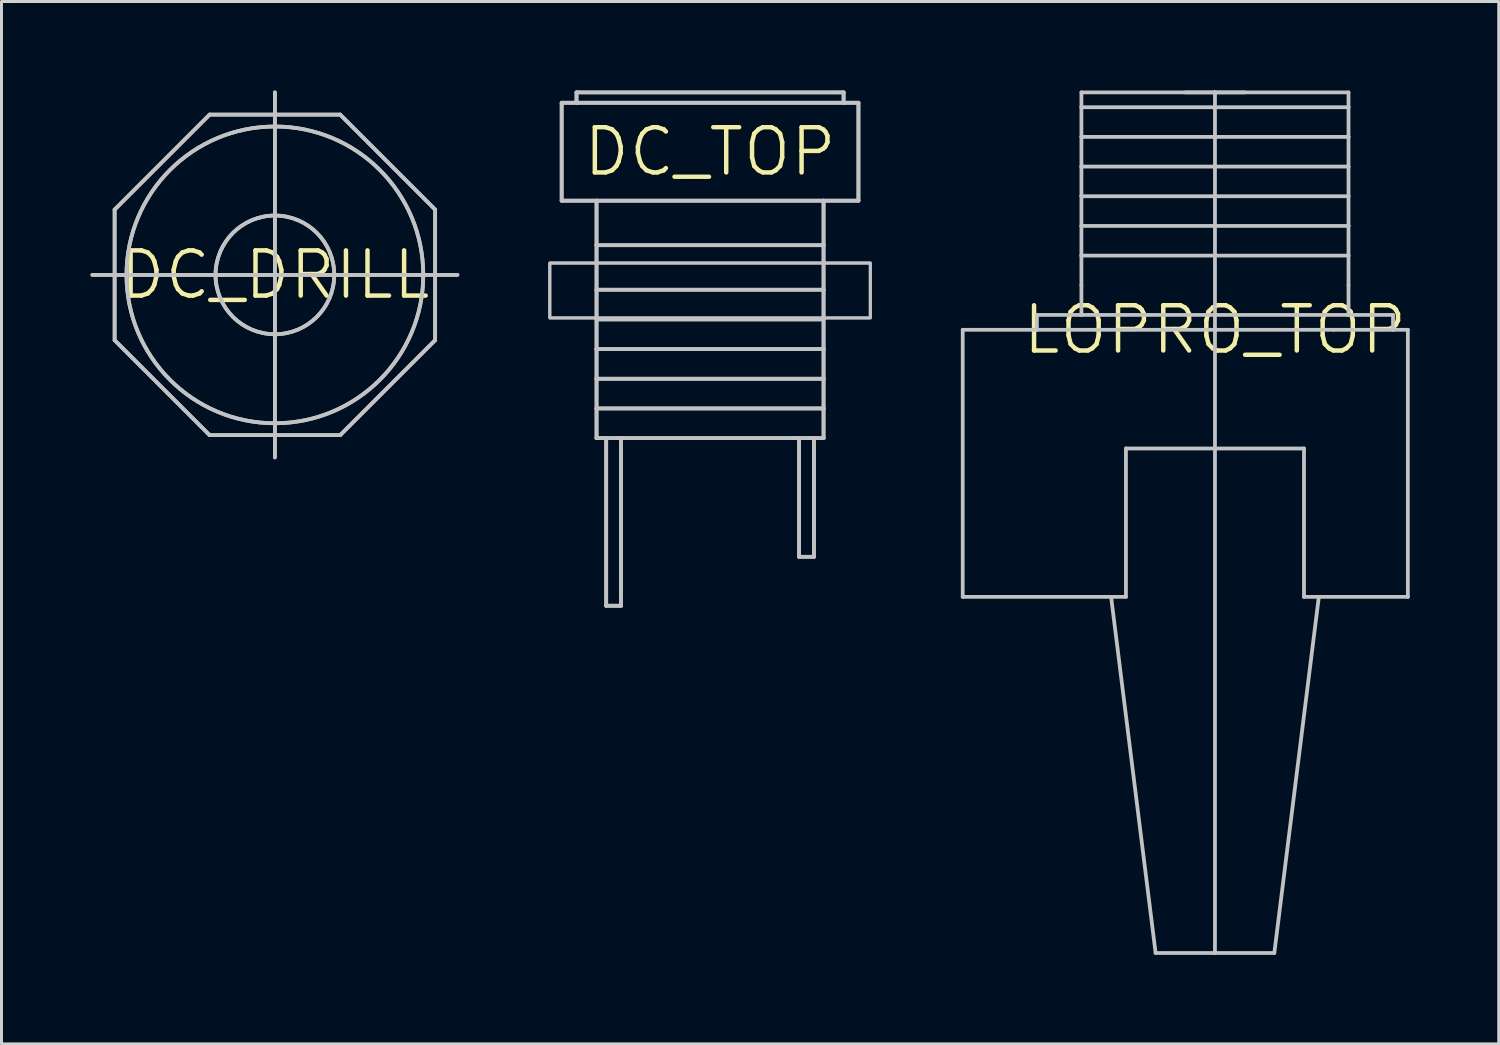
<source format=kicad_pcb>
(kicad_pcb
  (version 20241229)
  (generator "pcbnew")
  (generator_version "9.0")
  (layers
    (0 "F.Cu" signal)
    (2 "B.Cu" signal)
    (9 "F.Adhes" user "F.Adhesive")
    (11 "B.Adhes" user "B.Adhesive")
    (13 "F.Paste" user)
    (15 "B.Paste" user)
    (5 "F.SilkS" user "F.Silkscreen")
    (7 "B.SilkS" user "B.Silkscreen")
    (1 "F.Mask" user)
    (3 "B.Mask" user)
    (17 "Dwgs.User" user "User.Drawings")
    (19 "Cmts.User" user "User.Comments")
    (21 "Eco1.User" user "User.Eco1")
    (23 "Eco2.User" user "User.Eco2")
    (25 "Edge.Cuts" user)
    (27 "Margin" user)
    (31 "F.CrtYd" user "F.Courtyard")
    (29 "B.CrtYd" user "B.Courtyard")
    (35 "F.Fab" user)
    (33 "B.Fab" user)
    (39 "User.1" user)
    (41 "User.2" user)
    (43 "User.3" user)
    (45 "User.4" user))
  (footprint "LOPRO_TOP"
    (layer "F.Cu")
    (at 37.891 8.063)
    (property "Reference" "LOPRO_TOP" (at 0 0 0) (layer "F.SilkS") (effects (font (size 1.524 1.524) (thickness 0.15))))
    (attr through_hole)
    (fp_line (start -8.5 0) (end -8.5 9) (stroke (width 0.127) (type solid)) (layer "Dwgs.User"))
    (fp_line (start -6 -0.5) (end -4.5 -0.5) (stroke (width 0.127) (type solid)) (layer "Dwgs.User"))
    (fp_line (start -6 0) (end -8.5 0) (stroke (width 0.127) (type solid)) (layer "Dwgs.User"))
    (fp_line (start -6 0) (end -6 -0.5) (stroke (width 0.127) (type solid)) (layer "Dwgs.User"))
    (fp_line (start -4.5 -8) (end -4.5 -7.5) (stroke (width 0.127) (type solid)) (layer "Dwgs.User"))
    (fp_line (start -4.5 -7.5) (end -4.5 -6.5) (stroke (width 0.127) (type solid)) (layer "Dwgs.User"))
    (fp_line (start -4.5 -7.5) (end 4.5 -7.5) (stroke (width 0.127) (type solid)) (layer "Dwgs.User"))
    (fp_line (start -4.5 -6.5) (end -4.5 -5.5) (stroke (width 0.127) (type solid)) (layer "Dwgs.User"))
    (fp_line (start -4.5 -6.5) (end 4.5 -6.5) (stroke (width 0.127) (type solid)) (layer "Dwgs.User"))
    (fp_line (start -4.5 -5.5) (end -4.5 -4.5) (stroke (width 0.127) (type solid)) (layer "Dwgs.User"))
    (fp_line (start -4.5 -5.5) (end 4.5 -5.5) (stroke (width 0.127) (type solid)) (layer "Dwgs.User"))
    (fp_line (start -4.5 -4.5) (end -4.5 -3.5) (stroke (width 0.127) (type solid)) (layer "Dwgs.User"))
    (fp_line (start -4.5 -4.5) (end 4.5 -4.5) (stroke (width 0.127) (type solid)) (layer "Dwgs.User"))
    (fp_line (start -4.5 -3.5) (end -4.5 -2.5) (stroke (width 0.127) (type solid)) (layer "Dwgs.User"))
    (fp_line (start -4.5 -3.5) (end 4.5 -3.5) (stroke (width 0.127) (type solid)) (layer "Dwgs.User"))
    (fp_line (start -4.5 -2.5) (end -4.5 -1.5) (stroke (width 0.127) (type solid)) (layer "Dwgs.User"))
    (fp_line (start -4.5 -2.5) (end 4.5 -2.5) (stroke (width 0.127) (type solid)) (layer "Dwgs.User"))
    (fp_line (start -4.5 -1.5) (end -4.5 -0.5) (stroke (width 0.127) (type solid)) (layer "Dwgs.User"))
    (fp_line (start -4.5 -0.5) (end 4.5 -0.5) (stroke (width 0.127) (type solid)) (layer "Dwgs.User"))
    (fp_line (start -4 0) (end -6 0) (stroke (width 0.127) (type solid)) (layer "Dwgs.User"))
    (fp_line (start -3.5 9) (end -8.5 9) (stroke (width 0.127) (type solid)) (layer "Dwgs.User"))
    (fp_line (start -3 4) (end -3 9) (stroke (width 0.127) (type solid)) (layer "Dwgs.User"))
    (fp_line (start -3 9) (end -3.5 9) (stroke (width 0.127) (type solid)) (layer "Dwgs.User"))
    (fp_line (start -2 21) (end -3.5 9) (stroke (width 0.127) (type solid)) (layer "Dwgs.User"))
    (fp_line (start -2 21) (end 0 21) (stroke (width 0.127) (type solid)) (layer "Dwgs.User"))
    (fp_line (start -1 -8) (end 0 -8) (stroke (width 0.127) (type solid)) (layer "Dwgs.User"))
    (fp_line (start 0 -8) (end -4.5 -8) (stroke (width 0.127) (type solid)) (layer "Dwgs.User"))
    (fp_line (start 0 -8) (end 0 21) (stroke (width 0.127) (type solid)) (layer "Dwgs.User"))
    (fp_line (start 0 -8) (end 1 -8) (stroke (width 0.127) (type solid)) (layer "Dwgs.User"))
    (fp_line (start 0 21) (end 2 21) (stroke (width 0.127) (type solid)) (layer "Dwgs.User"))
    (fp_line (start 2 21) (end 3.5 9) (stroke (width 0.127) (type solid)) (layer "Dwgs.User"))
    (fp_line (start 3 4) (end -3 4) (stroke (width 0.127) (type solid)) (layer "Dwgs.User"))
    (fp_line (start 3 9) (end 3 4) (stroke (width 0.127) (type solid)) (layer "Dwgs.User"))
    (fp_line (start 3.5 9) (end 3 9) (stroke (width 0.127) (type solid)) (layer "Dwgs.User"))
    (fp_line (start 4 0) (end -4 0) (stroke (width 0.127) (type solid)) (layer "Dwgs.User"))
    (fp_line (start 4.5 -8) (end 0 -8) (stroke (width 0.127) (type solid)) (layer "Dwgs.User"))
    (fp_line (start 4.5 -7.5) (end 4.5 -8) (stroke (width 0.127) (type solid)) (layer "Dwgs.User"))
    (fp_line (start 4.5 -6.5) (end 4.5 -7.5) (stroke (width 0.127) (type solid)) (layer "Dwgs.User"))
    (fp_line (start 4.5 -5.5) (end 4.5 -6.5) (stroke (width 0.127) (type solid)) (layer "Dwgs.User"))
    (fp_line (start 4.5 -4.5) (end 4.5 -5.5) (stroke (width 0.127) (type solid)) (layer "Dwgs.User"))
    (fp_line (start 4.5 -3.5) (end 4.5 -4.5) (stroke (width 0.127) (type solid)) (layer "Dwgs.User"))
    (fp_line (start 4.5 -2.5) (end 4.5 -3.5) (stroke (width 0.127) (type solid)) (layer "Dwgs.User"))
    (fp_line (start 4.5 -1.5) (end 4.5 -2.5) (stroke (width 0.127) (type solid)) (layer "Dwgs.User"))
    (fp_line (start 4.5 -0.5) (end 4.5 -1.5) (stroke (width 0.127) (type solid)) (layer "Dwgs.User"))
    (fp_line (start 4.5 -0.5) (end 6 -0.5) (stroke (width 0.127) (type solid)) (layer "Dwgs.User"))
    (fp_line (start 6 -0.5) (end 6 0) (stroke (width 0.127) (type solid)) (layer "Dwgs.User"))
    (fp_line (start 6 0) (end 4 0) (stroke (width 0.127) (type solid)) (layer "Dwgs.User"))
    (fp_line (start 6.5 0) (end 6 0) (stroke (width 0.127) (type solid)) (layer "Dwgs.User"))
    (fp_line (start 6.5 0) (end 6.5 9) (stroke (width 0.127) (type solid)) (layer "Dwgs.User"))
    (fp_line (start 6.5 9) (end 3.5 9) (stroke (width 0.127) (type solid)) (layer "Dwgs.User")))
  (footprint "DC_TOP"
    (layer "F.Cu")
    (at 20.877 2.063)
    (property "Reference" "DC_TOP" (at 0 0 0) (layer "F.SilkS") (effects (font (size 1.524 1.524) (thickness 0.15))))
    (attr through_hole)
    (fp_line (start -5 -1.65) (end -4.5 -1.65) (stroke (width 0.127) (type solid)) (layer "Dwgs.User"))
    (fp_line (start -5 -1.65) (end -4.5 -1.65) (stroke (width 0.127) (type solid)) (layer "Dwgs.User"))
    (fp_line (start -5 1.65) (end -5 -1.65) (stroke (width 0.127) (type solid)) (layer "Dwgs.User"))
    (fp_line (start -5 1.65) (end -5 -1.65) (stroke (width 0.127) (type solid)) (layer "Dwgs.User"))
    (fp_line (start -5 1.65) (end -3.825 1.65) (stroke (width 0.127) (type solid)) (layer "Dwgs.User"))
    (fp_line (start -5 1.65) (end -3.825 1.65) (stroke (width 0.127) (type solid)) (layer "Dwgs.User"))
    (fp_line (start -4.5 -2) (end -4.5 -1.65) (stroke (width 0.127) (type solid)) (layer "Dwgs.User"))
    (fp_line (start -4.5 -2) (end -4.5 -1.65) (stroke (width 0.127) (type solid)) (layer "Dwgs.User"))
    (fp_line (start -4.5 -1.65) (end 4.5 -1.65) (stroke (width 0.127) (type solid)) (layer "Dwgs.User"))
    (fp_line (start -4.5 -1.65) (end 4.5 -1.65) (stroke (width 0.127) (type solid)) (layer "Dwgs.User"))
    (fp_line (start -3.825 1.65) (end 3.825 1.65) (stroke (width 0.127) (type solid)) (layer "Dwgs.User"))
    (fp_line (start -3.825 1.65) (end 3.825 1.65) (stroke (width 0.127) (type solid)) (layer "Dwgs.User"))
    (fp_line (start -3.825 3.15) (end -3.825 1.65) (stroke (width 0.127) (type solid)) (layer "Dwgs.User"))
    (fp_line (start -3.825 3.15) (end -3.825 1.65) (stroke (width 0.127) (type solid)) (layer "Dwgs.User"))
    (fp_line (start -3.825 3.15) (end 3.825 3.15) (stroke (width 0.127) (type solid)) (layer "Dwgs.User"))
    (fp_line (start -3.825 3.15) (end 3.825 3.15) (stroke (width 0.127) (type solid)) (layer "Dwgs.User"))
    (fp_line (start -3.825 4.65) (end -3.825 3.15) (stroke (width 0.127) (type solid)) (layer "Dwgs.User"))
    (fp_line (start -3.825 4.65) (end -3.825 3.15) (stroke (width 0.127) (type solid)) (layer "Dwgs.User"))
    (fp_line (start -3.825 4.65) (end 3.825 4.65) (stroke (width 0.127) (type solid)) (layer "Dwgs.User"))
    (fp_line (start -3.825 4.65) (end 3.825 4.65) (stroke (width 0.127) (type solid)) (layer "Dwgs.User"))
    (fp_line (start -3.825 5.65) (end -3.825 4.65) (stroke (width 0.127) (type solid)) (layer "Dwgs.User"))
    (fp_line (start -3.825 5.65) (end -3.825 4.65) (stroke (width 0.127) (type solid)) (layer "Dwgs.User"))
    (fp_line (start -3.825 5.65) (end 3.825 5.65) (stroke (width 0.127) (type solid)) (layer "Dwgs.User"))
    (fp_line (start -3.825 5.65) (end 3.825 5.65) (stroke (width 0.127) (type solid)) (layer "Dwgs.User"))
    (fp_line (start -3.825 6.65) (end -3.825 5.65) (stroke (width 0.127) (type solid)) (layer "Dwgs.User"))
    (fp_line (start -3.825 6.65) (end -3.825 5.65) (stroke (width 0.127) (type solid)) (layer "Dwgs.User"))
    (fp_line (start -3.825 6.65) (end 3.825 6.65) (stroke (width 0.127) (type solid)) (layer "Dwgs.User"))
    (fp_line (start -3.825 6.65) (end 3.825 6.65) (stroke (width 0.127) (type solid)) (layer "Dwgs.User"))
    (fp_line (start -3.825 7.65) (end -3.825 6.65) (stroke (width 0.127) (type solid)) (layer "Dwgs.User"))
    (fp_line (start -3.825 7.65) (end -3.825 6.65) (stroke (width 0.127) (type solid)) (layer "Dwgs.User"))
    (fp_line (start -3.825 7.65) (end 3.825 7.65) (stroke (width 0.127) (type solid)) (layer "Dwgs.User"))
    (fp_line (start -3.825 7.65) (end 3.825 7.65) (stroke (width 0.127) (type solid)) (layer "Dwgs.User"))
    (fp_line (start -3.825 8.65) (end -3.825 7.65) (stroke (width 0.127) (type solid)) (layer "Dwgs.User"))
    (fp_line (start -3.825 8.65) (end -3.825 7.65) (stroke (width 0.127) (type solid)) (layer "Dwgs.User"))
    (fp_line (start -3.825 8.65) (end 3.825 8.65) (stroke (width 0.127) (type solid)) (layer "Dwgs.User"))
    (fp_line (start -3.825 8.65) (end 3.825 8.65) (stroke (width 0.127) (type solid)) (layer "Dwgs.User"))
    (fp_line (start -3.825 9.65) (end -3.825 8.65) (stroke (width 0.127) (type solid)) (layer "Dwgs.User"))
    (fp_line (start -3.825 9.65) (end -3.825 8.65) (stroke (width 0.127) (type solid)) (layer "Dwgs.User"))
    (fp_line (start -3.5 9.65) (end -3.825 9.65) (stroke (width 0.127) (type solid)) (layer "Dwgs.User"))
    (fp_line (start -3.5 9.65) (end -3.825 9.65) (stroke (width 0.127) (type solid)) (layer "Dwgs.User"))
    (fp_line (start -3.5 9.65) (end -3.5 15.3) (stroke (width 0.127) (type solid)) (layer "Dwgs.User"))
    (fp_line (start -3.5 9.65) (end -3.5 15.3) (stroke (width 0.127) (type solid)) (layer "Dwgs.User"))
    (fp_line (start -3 9.65) (end -3.5 9.65) (stroke (width 0.127) (type solid)) (layer "Dwgs.User"))
    (fp_line (start -3 9.65) (end -3.5 9.65) (stroke (width 0.127) (type solid)) (layer "Dwgs.User"))
    (fp_line (start -3 9.65) (end -3 15.3) (stroke (width 0.127) (type solid)) (layer "Dwgs.User"))
    (fp_line (start -3 9.65) (end -3 15.3) (stroke (width 0.127) (type solid)) (layer "Dwgs.User"))
    (fp_line (start -3 15.3) (end -3.5 15.3) (stroke (width 0.127) (type solid)) (layer "Dwgs.User"))
    (fp_line (start -3 15.3) (end -3.5 15.3) (stroke (width 0.127) (type solid)) (layer "Dwgs.User"))
    (fp_line (start 3 9.65) (end -3 9.65) (stroke (width 0.127) (type solid)) (layer "Dwgs.User"))
    (fp_line (start 3 9.65) (end -3 9.65) (stroke (width 0.127) (type solid)) (layer "Dwgs.User"))
    (fp_line (start 3 9.65) (end 3 13.65) (stroke (width 0.127) (type solid)) (layer "Dwgs.User"))
    (fp_line (start 3 9.65) (end 3 13.65) (stroke (width 0.127) (type solid)) (layer "Dwgs.User"))
    (fp_line (start 3.5 9.65) (end 3 9.65) (stroke (width 0.127) (type solid)) (layer "Dwgs.User"))
    (fp_line (start 3.5 9.65) (end 3 9.65) (stroke (width 0.127) (type solid)) (layer "Dwgs.User"))
    (fp_line (start 3.5 9.65) (end 3.5 13.65) (stroke (width 0.127) (type solid)) (layer "Dwgs.User"))
    (fp_line (start 3.5 9.65) (end 3.5 13.65) (stroke (width 0.127) (type solid)) (layer "Dwgs.User"))
    (fp_line (start 3.5 13.65) (end 3 13.65) (stroke (width 0.127) (type solid)) (layer "Dwgs.User"))
    (fp_line (start 3.5 13.65) (end 3 13.65) (stroke (width 0.127) (type solid)) (layer "Dwgs.User"))
    (fp_line (start 3.825 3.15) (end 3.825 1.65) (stroke (width 0.127) (type solid)) (layer "Dwgs.User"))
    (fp_line (start 3.825 3.15) (end 3.825 1.65) (stroke (width 0.127) (type solid)) (layer "Dwgs.User"))
    (fp_line (start 3.825 4.65) (end 3.825 3.15) (stroke (width 0.127) (type solid)) (layer "Dwgs.User"))
    (fp_line (start 3.825 4.65) (end 3.825 3.15) (stroke (width 0.127) (type solid)) (layer "Dwgs.User"))
    (fp_line (start 3.825 5.65) (end 3.825 4.65) (stroke (width 0.127) (type solid)) (layer "Dwgs.User"))
    (fp_line (start 3.825 5.65) (end 3.825 4.65) (stroke (width 0.127) (type solid)) (layer "Dwgs.User"))
    (fp_line (start 3.825 6.65) (end 3.825 5.65) (stroke (width 0.127) (type solid)) (layer "Dwgs.User"))
    (fp_line (start 3.825 6.65) (end 3.825 5.65) (stroke (width 0.127) (type solid)) (layer "Dwgs.User"))
    (fp_line (start 3.825 7.65) (end 3.825 6.65) (stroke (width 0.127) (type solid)) (layer "Dwgs.User"))
    (fp_line (start 3.825 7.65) (end 3.825 6.65) (stroke (width 0.127) (type solid)) (layer "Dwgs.User"))
    (fp_line (start 3.825 8.65) (end 3.825 7.65) (stroke (width 0.127) (type solid)) (layer "Dwgs.User"))
    (fp_line (start 3.825 8.65) (end 3.825 7.65) (stroke (width 0.127) (type solid)) (layer "Dwgs.User"))
    (fp_line (start 3.825 9.65) (end 3.5 9.65) (stroke (width 0.127) (type solid)) (layer "Dwgs.User"))
    (fp_line (start 3.825 9.65) (end 3.5 9.65) (stroke (width 0.127) (type solid)) (layer "Dwgs.User"))
    (fp_line (start 3.825 9.65) (end 3.825 8.65) (stroke (width 0.127) (type solid)) (layer "Dwgs.User"))
    (fp_line (start 3.825 9.65) (end 3.825 8.65) (stroke (width 0.127) (type solid)) (layer "Dwgs.User"))
    (fp_line (start 4.5 -2) (end -4.5 -2) (stroke (width 0.127) (type solid)) (layer "Dwgs.User"))
    (fp_line (start 4.5 -2) (end -4.5 -2) (stroke (width 0.127) (type solid)) (layer "Dwgs.User"))
    (fp_line (start 4.5 -2) (end 4.5 -1.65) (stroke (width 0.127) (type solid)) (layer "Dwgs.User"))
    (fp_line (start 4.5 -2) (end 4.5 -1.65) (stroke (width 0.127) (type solid)) (layer "Dwgs.User"))
    (fp_line (start 5 -1.65) (end 4.5 -1.65) (stroke (width 0.127) (type solid)) (layer "Dwgs.User"))
    (fp_line (start 5 -1.65) (end 4.5 -1.65) (stroke (width 0.127) (type solid)) (layer "Dwgs.User"))
    (fp_line (start 5 -1.65) (end 5 1.65) (stroke (width 0.127) (type solid)) (layer "Dwgs.User"))
    (fp_line (start 5 -1.65) (end 5 1.65) (stroke (width 0.127) (type solid)) (layer "Dwgs.User"))
    (fp_line (start 5 1.65) (end 3.825 1.65) (stroke (width 0.127) (type solid)) (layer "Dwgs.User"))
    (fp_line (start 5 1.65) (end 3.825 1.65) (stroke (width 0.127) (type solid)) (layer "Dwgs.User"))
    (fp_poly (pts (xy -5.4 5.6) (xy 5.4 5.6) (xy 5.4 3.75) (xy -5.4 3.75)) (stroke (width 0.1) (type solid)) (fill no) (layer "Dwgs.User"))
    (fp_poly (pts (xy -5.4 5.6) (xy 5.4 5.6) (xy 5.4 3.75) (xy -5.4 3.75)) (stroke (width 0.1) (type solid)) (fill no) (layer "Dwgs.User")))
  (footprint "DC_DRILL"
    (layer "F.Cu")
    (at 6.213 6.213)
    (property "Reference" "DC_DRILL" (at 0 0 0) (layer "F.SilkS") (effects (font (size 1.524 1.524) (thickness 0.15))))
    (attr through_hole)
    (fp_line (start -5.4 2.2) (end -5.4 -2.2) (stroke (width 0.127) (type solid)) (layer "Dwgs.User"))
    (fp_line (start -5.4 2.2) (end -5.4 -2.2) (stroke (width 0.127) (type solid)) (layer "Dwgs.User"))
    (fp_line (start -2.2 -5.4) (end -5.4 -2.2) (stroke (width 0.127) (type solid)) (layer "Dwgs.User"))
    (fp_line (start -2.2 -5.4) (end -5.4 -2.2) (stroke (width 0.127) (type solid)) (layer "Dwgs.User"))
    (fp_line (start -2.2 -5.4) (end 2.2 -5.4) (stroke (width 0.127) (type solid)) (layer "Dwgs.User"))
    (fp_line (start -2.2 5.4) (end -5.4 2.2) (stroke (width 0.127) (type solid)) (layer "Dwgs.User"))
    (fp_line (start -2.2 5.4) (end -5.4 2.2) (stroke (width 0.127) (type solid)) (layer "Dwgs.User"))
    (fp_line (start -2.2 5.4) (end 2.2 5.4) (stroke (width 0.127) (type solid)) (layer "Dwgs.User"))
    (fp_line (start -2 0) (end -6.15 0) (stroke (width 0.127) (type solid)) (layer "Dwgs.User"))
    (fp_line (start -2 0) (end -6.15 0) (stroke (width 0.127) (type solid)) (layer "Dwgs.User"))
    (fp_line (start -2 0) (end 0 0) (stroke (width 0.127) (type solid)) (layer "Dwgs.User"))
    (fp_line (start 0 0) (end -2 0) (stroke (width 0.127) (type solid)) (layer "Dwgs.User"))
    (fp_line (start 0 0) (end 0 -6.15) (stroke (width 0.127) (type solid)) (layer "Dwgs.User"))
    (fp_line (start 0 0) (end 0 -6.15) (stroke (width 0.127) (type solid)) (layer "Dwgs.User"))
    (fp_line (start 0 0) (end 0 2) (stroke (width 0.127) (type solid)) (layer "Dwgs.User"))
    (fp_line (start 0 0) (end 0 2) (stroke (width 0.127) (type solid)) (layer "Dwgs.User"))
    (fp_line (start 0 0) (end 2 0) (stroke (width 0.127) (type solid)) (layer "Dwgs.User"))
    (fp_line (start 0 2) (end 0 6.15) (stroke (width 0.127) (type solid)) (layer "Dwgs.User"))
    (fp_line (start 0 2) (end 0 6.15) (stroke (width 0.127) (type solid)) (layer "Dwgs.User"))
    (fp_line (start 2 0) (end 0 0) (stroke (width 0.127) (type solid)) (layer "Dwgs.User"))
    (fp_line (start 2 0) (end 6.15 0) (stroke (width 0.127) (type solid)) (layer "Dwgs.User"))
    (fp_line (start 2 0) (end 6.15 0) (stroke (width 0.127) (type solid)) (layer "Dwgs.User"))
    (fp_line (start 2.2 -5.4) (end -2.2 -5.4) (stroke (width 0.127) (type solid)) (layer "Dwgs.User"))
    (fp_line (start 2.2 -5.4) (end 5.4 -2.2) (stroke (width 0.127) (type solid)) (layer "Dwgs.User"))
    (fp_line (start 2.2 -5.4) (end 5.4 -2.2) (stroke (width 0.127) (type solid)) (layer "Dwgs.User"))
    (fp_line (start 2.2 5.4) (end -2.2 5.4) (stroke (width 0.127) (type solid)) (layer "Dwgs.User"))
    (fp_line (start 2.2 5.4) (end 5.4 2.2) (stroke (width 0.127) (type solid)) (layer "Dwgs.User"))
    (fp_line (start 2.2 5.4) (end 5.4 2.2) (stroke (width 0.127) (type solid)) (layer "Dwgs.User"))
    (fp_line (start 5.4 2.2) (end 5.4 -2.2) (stroke (width 0.127) (type solid)) (layer "Dwgs.User"))
    (fp_line (start 5.4 2.2) (end 5.4 -2.2) (stroke (width 0.127) (type solid)) (layer "Dwgs.User"))
    (fp_circle (center 0 0) (end 2 0) (stroke (width 0.127) (type solid)) (fill no) (layer "Dwgs.User"))
    (fp_circle (center 0 0) (end 2 0) (stroke (width 0.127) (type solid)) (fill no) (layer "Dwgs.User"))
    (fp_circle (center 0 0) (end 5 0) (stroke (width 0.127) (type solid)) (fill no) (layer "Dwgs.User"))
    (fp_circle (center 0 0) (end 5 0) (stroke (width 0.127) (type solid)) (fill no) (layer "Dwgs.User")))
  (gr_rect
    (start -3 -3)
    (end 47.454 32.127)
    (stroke (width 0.1) (type default))
    (fill no)
    (layer "Edge.Cuts")))
</source>
